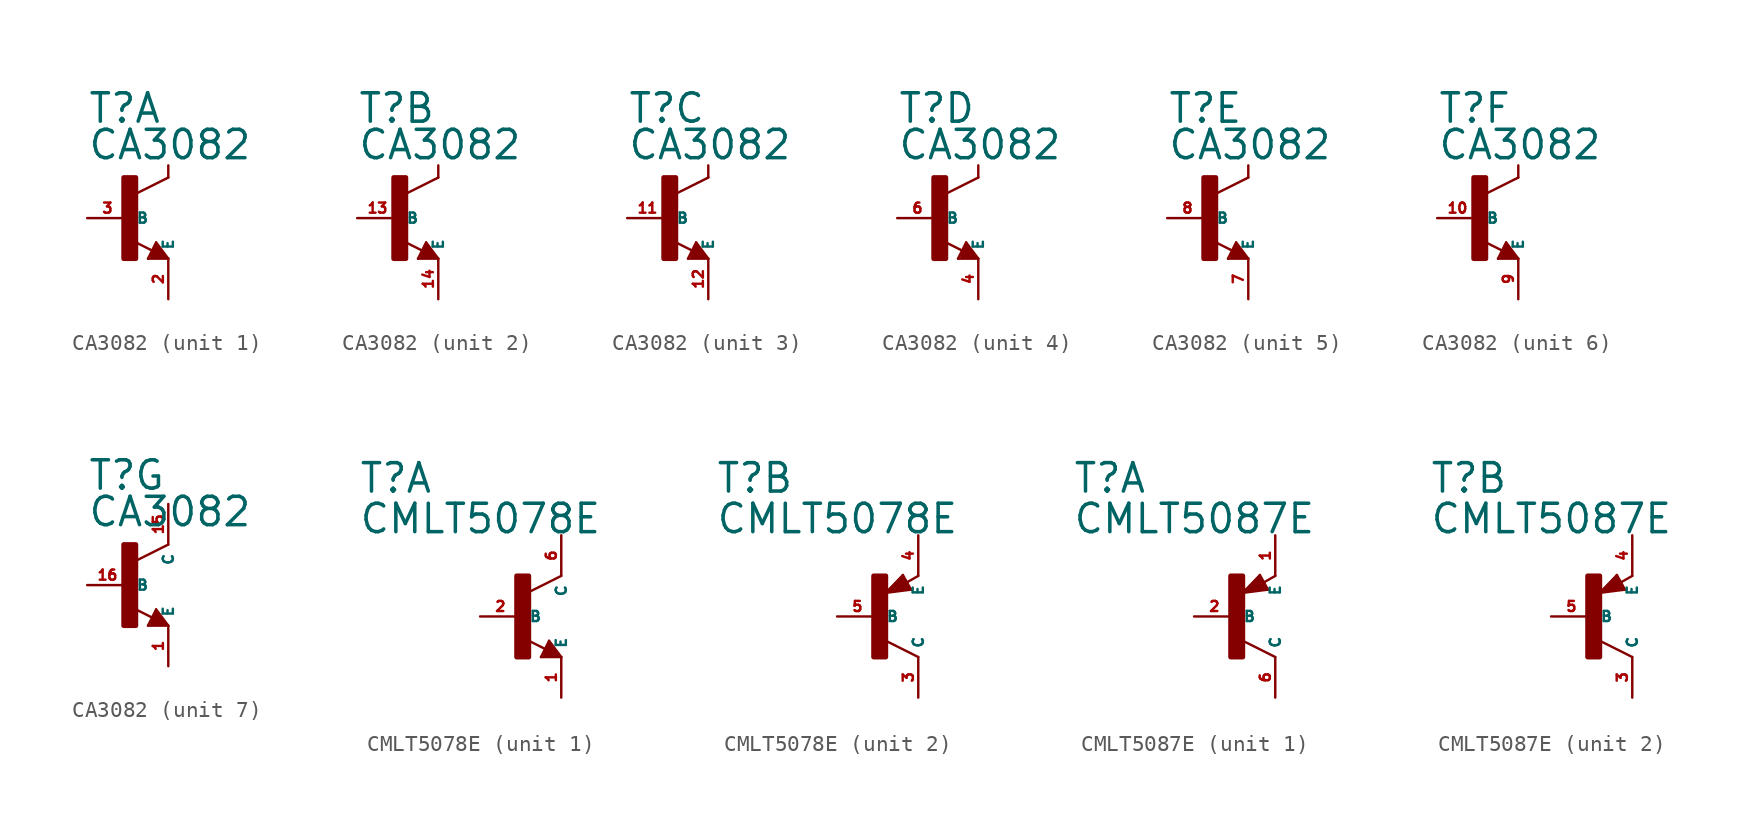
<source format=kicad_sym>
(kicad_symbol_lib
  (version 20220914)
  (generator Eagle2Kicad)
  (symbol "CA3082"
    (property "Reference" "T"
      (at -2.54 5.842 0)
      (effects (font (size 1.778 1.778) (thickness 0.22)) (justify left bottom)))
    (property "Value" "CA3082"
      (at -2.54 3.556 0)
      (effects (font (size 1.778 1.778) (thickness 0.22)) (justify left bottom)))
    (symbol "CA3082_1_0"
      (polyline (pts (xy 2.54 2.54) (xy 0.508 1.524)) (stroke (width 0.152) (type default)) (fill (type none)))
      (polyline (pts (xy 1.54 -2.04) (xy 0.308 -1.424)) (stroke (width 0.152) (type default)) (fill (type none)))
      (polyline (pts (xy 2.54 2.54) (xy 2.54 3.302)) (stroke (width 0.152) (type default)) (fill (type none)))
      (polyline (pts (xy 1.778 -1.524) (xy 2.54 -2.54)) (stroke (width 0.152) (type default)) (fill (type none)))
      (polyline (pts (xy 2.54 -2.54) (xy 1.27 -2.54)) (stroke (width 0.152) (type default)) (fill (type none)))
      (polyline (pts (xy 1.27 -2.54) (xy 1.778 -1.524)) (stroke (width 0.152) (type default)) (fill (type none)))
      (polyline (pts (xy 1.524 -2.413) (xy 2.286 -2.413)) (stroke (width 0.254) (type default)) (fill (type none)))
      (polyline (pts (xy 2.286 -2.413) (xy 1.778 -1.778)) (stroke (width 0.254) (type default)) (fill (type none)))
      (polyline (pts (xy 1.778 -1.778) (xy 1.524 -2.286)) (stroke (width 0.254) (type default)) (fill (type none)))
      (polyline (pts (xy 1.524 -2.286) (xy 1.905 -2.286)) (stroke (width 0.254) (type default)) (fill (type none)))
      (polyline (pts (xy 1.905 -2.286) (xy 1.778 -2.032)) (stroke (width 0.254) (type default)) (fill (type none)))
      (rectangle (start -0.254 -2.54) (end 0.508 2.54) (stroke (width 0.3) (type default)) (fill (type outline)))
      (pin passive line (at -2.54 0 0) (length 2.54) (name "B" (effects (font (size 0.635 0.635) (thickness 0.08)) (justify left bottom))) (number "3" (effects (font (size 0.635 0.635) (thickness 0.08)) (justify left bottom))))
      (pin passive line (at 2.54 -5.08 90) (length 2.54) (name "E" (effects (font (size 0.635 0.635) (thickness 0.08)) (justify left bottom))) (number "2" (effects (font (size 0.635 0.635) (thickness 0.08)) (justify left bottom)))))
    (symbol "CA3082_2_0"
      (polyline (pts (xy 2.54 2.54) (xy 0.508 1.524)) (stroke (width 0.152) (type default)) (fill (type none)))
      (polyline (pts (xy 1.54 -2.04) (xy 0.308 -1.424)) (stroke (width 0.152) (type default)) (fill (type none)))
      (polyline (pts (xy 2.54 2.54) (xy 2.54 3.302)) (stroke (width 0.152) (type default)) (fill (type none)))
      (polyline (pts (xy 1.778 -1.524) (xy 2.54 -2.54)) (stroke (width 0.152) (type default)) (fill (type none)))
      (polyline (pts (xy 2.54 -2.54) (xy 1.27 -2.54)) (stroke (width 0.152) (type default)) (fill (type none)))
      (polyline (pts (xy 1.27 -2.54) (xy 1.778 -1.524)) (stroke (width 0.152) (type default)) (fill (type none)))
      (polyline (pts (xy 1.524 -2.413) (xy 2.286 -2.413)) (stroke (width 0.254) (type default)) (fill (type none)))
      (polyline (pts (xy 2.286 -2.413) (xy 1.778 -1.778)) (stroke (width 0.254) (type default)) (fill (type none)))
      (polyline (pts (xy 1.778 -1.778) (xy 1.524 -2.286)) (stroke (width 0.254) (type default)) (fill (type none)))
      (polyline (pts (xy 1.524 -2.286) (xy 1.905 -2.286)) (stroke (width 0.254) (type default)) (fill (type none)))
      (polyline (pts (xy 1.905 -2.286) (xy 1.778 -2.032)) (stroke (width 0.254) (type default)) (fill (type none)))
      (rectangle (start -0.254 -2.54) (end 0.508 2.54) (stroke (width 0.3) (type default)) (fill (type outline)))
      (pin passive line (at -2.54 0 0) (length 2.54) (name "B" (effects (font (size 0.635 0.635) (thickness 0.08)) (justify left bottom))) (number "13" (effects (font (size 0.635 0.635) (thickness 0.08)) (justify left bottom))))
      (pin passive line (at 2.54 -5.08 90) (length 2.54) (name "E" (effects (font (size 0.635 0.635) (thickness 0.08)) (justify left bottom))) (number "14" (effects (font (size 0.635 0.635) (thickness 0.08)) (justify left bottom)))))
    (symbol "CA3082_3_0"
      (polyline (pts (xy 2.54 2.54) (xy 0.508 1.524)) (stroke (width 0.152) (type default)) (fill (type none)))
      (polyline (pts (xy 1.54 -2.04) (xy 0.308 -1.424)) (stroke (width 0.152) (type default)) (fill (type none)))
      (polyline (pts (xy 2.54 2.54) (xy 2.54 3.302)) (stroke (width 0.152) (type default)) (fill (type none)))
      (polyline (pts (xy 1.778 -1.524) (xy 2.54 -2.54)) (stroke (width 0.152) (type default)) (fill (type none)))
      (polyline (pts (xy 2.54 -2.54) (xy 1.27 -2.54)) (stroke (width 0.152) (type default)) (fill (type none)))
      (polyline (pts (xy 1.27 -2.54) (xy 1.778 -1.524)) (stroke (width 0.152) (type default)) (fill (type none)))
      (polyline (pts (xy 1.524 -2.413) (xy 2.286 -2.413)) (stroke (width 0.254) (type default)) (fill (type none)))
      (polyline (pts (xy 2.286 -2.413) (xy 1.778 -1.778)) (stroke (width 0.254) (type default)) (fill (type none)))
      (polyline (pts (xy 1.778 -1.778) (xy 1.524 -2.286)) (stroke (width 0.254) (type default)) (fill (type none)))
      (polyline (pts (xy 1.524 -2.286) (xy 1.905 -2.286)) (stroke (width 0.254) (type default)) (fill (type none)))
      (polyline (pts (xy 1.905 -2.286) (xy 1.778 -2.032)) (stroke (width 0.254) (type default)) (fill (type none)))
      (rectangle (start -0.254 -2.54) (end 0.508 2.54) (stroke (width 0.3) (type default)) (fill (type outline)))
      (pin passive line (at -2.54 0 0) (length 2.54) (name "B" (effects (font (size 0.635 0.635) (thickness 0.08)) (justify left bottom))) (number "11" (effects (font (size 0.635 0.635) (thickness 0.08)) (justify left bottom))))
      (pin passive line (at 2.54 -5.08 90) (length 2.54) (name "E" (effects (font (size 0.635 0.635) (thickness 0.08)) (justify left bottom))) (number "12" (effects (font (size 0.635 0.635) (thickness 0.08)) (justify left bottom)))))
    (symbol "CA3082_4_0"
      (polyline (pts (xy 2.54 2.54) (xy 0.508 1.524)) (stroke (width 0.152) (type default)) (fill (type none)))
      (polyline (pts (xy 1.54 -2.04) (xy 0.308 -1.424)) (stroke (width 0.152) (type default)) (fill (type none)))
      (polyline (pts (xy 2.54 2.54) (xy 2.54 3.302)) (stroke (width 0.152) (type default)) (fill (type none)))
      (polyline (pts (xy 1.778 -1.524) (xy 2.54 -2.54)) (stroke (width 0.152) (type default)) (fill (type none)))
      (polyline (pts (xy 2.54 -2.54) (xy 1.27 -2.54)) (stroke (width 0.152) (type default)) (fill (type none)))
      (polyline (pts (xy 1.27 -2.54) (xy 1.778 -1.524)) (stroke (width 0.152) (type default)) (fill (type none)))
      (polyline (pts (xy 1.524 -2.413) (xy 2.286 -2.413)) (stroke (width 0.254) (type default)) (fill (type none)))
      (polyline (pts (xy 2.286 -2.413) (xy 1.778 -1.778)) (stroke (width 0.254) (type default)) (fill (type none)))
      (polyline (pts (xy 1.778 -1.778) (xy 1.524 -2.286)) (stroke (width 0.254) (type default)) (fill (type none)))
      (polyline (pts (xy 1.524 -2.286) (xy 1.905 -2.286)) (stroke (width 0.254) (type default)) (fill (type none)))
      (polyline (pts (xy 1.905 -2.286) (xy 1.778 -2.032)) (stroke (width 0.254) (type default)) (fill (type none)))
      (rectangle (start -0.254 -2.54) (end 0.508 2.54) (stroke (width 0.3) (type default)) (fill (type outline)))
      (pin passive line (at -2.54 0 0) (length 2.54) (name "B" (effects (font (size 0.635 0.635) (thickness 0.08)) (justify left bottom))) (number "6" (effects (font (size 0.635 0.635) (thickness 0.08)) (justify left bottom))))
      (pin passive line (at 2.54 -5.08 90) (length 2.54) (name "E" (effects (font (size 0.635 0.635) (thickness 0.08)) (justify left bottom))) (number "4" (effects (font (size 0.635 0.635) (thickness 0.08)) (justify left bottom)))))
    (symbol "CA3082_5_0"
      (polyline (pts (xy 2.54 2.54) (xy 0.508 1.524)) (stroke (width 0.152) (type default)) (fill (type none)))
      (polyline (pts (xy 1.54 -2.04) (xy 0.308 -1.424)) (stroke (width 0.152) (type default)) (fill (type none)))
      (polyline (pts (xy 2.54 2.54) (xy 2.54 3.302)) (stroke (width 0.152) (type default)) (fill (type none)))
      (polyline (pts (xy 1.778 -1.524) (xy 2.54 -2.54)) (stroke (width 0.152) (type default)) (fill (type none)))
      (polyline (pts (xy 2.54 -2.54) (xy 1.27 -2.54)) (stroke (width 0.152) (type default)) (fill (type none)))
      (polyline (pts (xy 1.27 -2.54) (xy 1.778 -1.524)) (stroke (width 0.152) (type default)) (fill (type none)))
      (polyline (pts (xy 1.524 -2.413) (xy 2.286 -2.413)) (stroke (width 0.254) (type default)) (fill (type none)))
      (polyline (pts (xy 2.286 -2.413) (xy 1.778 -1.778)) (stroke (width 0.254) (type default)) (fill (type none)))
      (polyline (pts (xy 1.778 -1.778) (xy 1.524 -2.286)) (stroke (width 0.254) (type default)) (fill (type none)))
      (polyline (pts (xy 1.524 -2.286) (xy 1.905 -2.286)) (stroke (width 0.254) (type default)) (fill (type none)))
      (polyline (pts (xy 1.905 -2.286) (xy 1.778 -2.032)) (stroke (width 0.254) (type default)) (fill (type none)))
      (rectangle (start -0.254 -2.54) (end 0.508 2.54) (stroke (width 0.3) (type default)) (fill (type outline)))
      (pin passive line (at -2.54 0 0) (length 2.54) (name "B" (effects (font (size 0.635 0.635) (thickness 0.08)) (justify left bottom))) (number "8" (effects (font (size 0.635 0.635) (thickness 0.08)) (justify left bottom))))
      (pin passive line (at 2.54 -5.08 90) (length 2.54) (name "E" (effects (font (size 0.635 0.635) (thickness 0.08)) (justify left bottom))) (number "7" (effects (font (size 0.635 0.635) (thickness 0.08)) (justify left bottom)))))
    (symbol "CA3082_6_0"
      (polyline (pts (xy 2.54 2.54) (xy 0.508 1.524)) (stroke (width 0.152) (type default)) (fill (type none)))
      (polyline (pts (xy 1.54 -2.04) (xy 0.308 -1.424)) (stroke (width 0.152) (type default)) (fill (type none)))
      (polyline (pts (xy 2.54 2.54) (xy 2.54 3.302)) (stroke (width 0.152) (type default)) (fill (type none)))
      (polyline (pts (xy 1.778 -1.524) (xy 2.54 -2.54)) (stroke (width 0.152) (type default)) (fill (type none)))
      (polyline (pts (xy 2.54 -2.54) (xy 1.27 -2.54)) (stroke (width 0.152) (type default)) (fill (type none)))
      (polyline (pts (xy 1.27 -2.54) (xy 1.778 -1.524)) (stroke (width 0.152) (type default)) (fill (type none)))
      (polyline (pts (xy 1.524 -2.413) (xy 2.286 -2.413)) (stroke (width 0.254) (type default)) (fill (type none)))
      (polyline (pts (xy 2.286 -2.413) (xy 1.778 -1.778)) (stroke (width 0.254) (type default)) (fill (type none)))
      (polyline (pts (xy 1.778 -1.778) (xy 1.524 -2.286)) (stroke (width 0.254) (type default)) (fill (type none)))
      (polyline (pts (xy 1.524 -2.286) (xy 1.905 -2.286)) (stroke (width 0.254) (type default)) (fill (type none)))
      (polyline (pts (xy 1.905 -2.286) (xy 1.778 -2.032)) (stroke (width 0.254) (type default)) (fill (type none)))
      (rectangle (start -0.254 -2.54) (end 0.508 2.54) (stroke (width 0.3) (type default)) (fill (type outline)))
      (pin passive line (at -2.54 0 0) (length 2.54) (name "B" (effects (font (size 0.635 0.635) (thickness 0.08)) (justify left bottom))) (number "10" (effects (font (size 0.635 0.635) (thickness 0.08)) (justify left bottom))))
      (pin passive line (at 2.54 -5.08 90) (length 2.54) (name "E" (effects (font (size 0.635 0.635) (thickness 0.08)) (justify left bottom))) (number "9" (effects (font (size 0.635 0.635) (thickness 0.08)) (justify left bottom)))))
    (symbol "CA3082_7_0"
      (polyline (pts (xy 2.54 2.54) (xy 0.508 1.524)) (stroke (width 0.152) (type default)) (fill (type none)))
      (polyline (pts (xy 1.54 -2.04) (xy 0.308 -1.424)) (stroke (width 0.152) (type default)) (fill (type none)))
      (polyline (pts (xy 1.778 -1.524) (xy 2.54 -2.54)) (stroke (width 0.152) (type default)) (fill (type none)))
      (polyline (pts (xy 2.54 -2.54) (xy 1.27 -2.54)) (stroke (width 0.152) (type default)) (fill (type none)))
      (polyline (pts (xy 1.27 -2.54) (xy 1.778 -1.524)) (stroke (width 0.152) (type default)) (fill (type none)))
      (polyline (pts (xy 1.524 -2.413) (xy 2.286 -2.413)) (stroke (width 0.254) (type default)) (fill (type none)))
      (polyline (pts (xy 2.286 -2.413) (xy 1.778 -1.778)) (stroke (width 0.254) (type default)) (fill (type none)))
      (polyline (pts (xy 1.778 -1.778) (xy 1.524 -2.286)) (stroke (width 0.254) (type default)) (fill (type none)))
      (polyline (pts (xy 1.524 -2.286) (xy 1.905 -2.286)) (stroke (width 0.254) (type default)) (fill (type none)))
      (polyline (pts (xy 1.905 -2.286) (xy 1.778 -2.032)) (stroke (width 0.254) (type default)) (fill (type none)))
      (rectangle (start -0.254 -2.54) (end 0.508 2.54) (stroke (width 0.3) (type default)) (fill (type outline)))
      (pin passive line (at -2.54 0 0) (length 2.54) (name "B" (effects (font (size 0.635 0.635) (thickness 0.08)) (justify left bottom))) (number "16" (effects (font (size 0.635 0.635) (thickness 0.08)) (justify left bottom))))
      (pin passive line (at 2.54 -5.08 90) (length 2.54) (name "E" (effects (font (size 0.635 0.635) (thickness 0.08)) (justify left bottom))) (number "1" (effects (font (size 0.635 0.635) (thickness 0.08)) (justify left bottom))))
      (pin passive line (at 2.54 5.08 270) (length 2.54) (name "C" (effects (font (size 0.635 0.635) (thickness 0.08)) (justify left bottom))) (number "15" (effects (font (size 0.635 0.635) (thickness 0.08)) (justify left bottom))))))
  (symbol "CMLT5078E"
    (property "Reference" "T"
      (at -10.16 7.62 0)
      (effects (font (size 1.778 1.778) (thickness 0.22)) (justify left bottom)))
    (property "Value" "CMLT5078E"
      (at -10.16 5.08 0)
      (effects (font (size 1.778 1.778) (thickness 0.22)) (justify left bottom)))
    (symbol "CMLT5078E_1_0"
      (polyline (pts (xy 2.54 2.54) (xy 0.508 1.524)) (stroke (width 0.152) (type default)) (fill (type none)))
      (polyline (pts (xy 1.778 -1.524) (xy 2.54 -2.54)) (stroke (width 0.152) (type default)) (fill (type none)))
      (polyline (pts (xy 2.54 -2.54) (xy 1.27 -2.54)) (stroke (width 0.152) (type default)) (fill (type none)))
      (polyline (pts (xy 1.27 -2.54) (xy 1.778 -1.524)) (stroke (width 0.152) (type default)) (fill (type none)))
      (polyline (pts (xy 1.54 -2.04) (xy 0.308 -1.424)) (stroke (width 0.152) (type default)) (fill (type none)))
      (polyline (pts (xy 1.524 -2.413) (xy 2.286 -2.413)) (stroke (width 0.254) (type default)) (fill (type none)))
      (polyline (pts (xy 2.286 -2.413) (xy 1.778 -1.778)) (stroke (width 0.254) (type default)) (fill (type none)))
      (polyline (pts (xy 1.778 -1.778) (xy 1.524 -2.286)) (stroke (width 0.254) (type default)) (fill (type none)))
      (polyline (pts (xy 1.524 -2.286) (xy 1.905 -2.286)) (stroke (width 0.254) (type default)) (fill (type none)))
      (polyline (pts (xy 1.905 -2.286) (xy 1.778 -2.032)) (stroke (width 0.254) (type default)) (fill (type none)))
      (rectangle (start -0.254 -2.54) (end 0.508 2.54) (stroke (width 0.3) (type default)) (fill (type outline)))
      (pin passive line (at -2.54 0 0) (length 2.54) (name "B" (effects (font (size 0.635 0.635) (thickness 0.08)) (justify left bottom))) (number "2" (effects (font (size 0.635 0.635) (thickness 0.08)) (justify left bottom))))
      (pin passive line (at 2.54 -5.08 90) (length 2.54) (name "E" (effects (font (size 0.635 0.635) (thickness 0.08)) (justify left bottom))) (number "1" (effects (font (size 0.635 0.635) (thickness 0.08)) (justify left bottom))))
      (pin passive line (at 2.54 5.08 270) (length 2.54) (name "C" (effects (font (size 0.635 0.635) (thickness 0.08)) (justify left bottom))) (number "6" (effects (font (size 0.635 0.635) (thickness 0.08)) (justify left bottom)))))
    (symbol "CMLT5078E_2_0"
      (polyline (pts (xy 2.086 1.678) (xy 1.578 2.594)) (stroke (width 0.152) (type default)) (fill (type none)))
      (polyline (pts (xy 1.578 2.594) (xy 0.516 1.478)) (stroke (width 0.152) (type default)) (fill (type none)))
      (polyline (pts (xy 0.516 1.478) (xy 2.086 1.678)) (stroke (width 0.152) (type default)) (fill (type none)))
      (polyline (pts (xy 2.54 2.54) (xy 1.808 2.124)) (stroke (width 0.152) (type default)) (fill (type none)))
      (polyline (pts (xy 2.54 -2.54) (xy 0.508 -1.524)) (stroke (width 0.152) (type default)) (fill (type none)))
      (polyline (pts (xy 1.905 1.778) (xy 1.524 2.413)) (stroke (width 0.254) (type default)) (fill (type none)))
      (polyline (pts (xy 1.524 2.413) (xy 0.762 1.651)) (stroke (width 0.254) (type default)) (fill (type none)))
      (polyline (pts (xy 0.762 1.651) (xy 1.778 1.778)) (stroke (width 0.254) (type default)) (fill (type none)))
      (polyline (pts (xy 1.778 1.778) (xy 1.524 2.159)) (stroke (width 0.254) (type default)) (fill (type none)))
      (polyline (pts (xy 1.524 2.159) (xy 1.143 1.905)) (stroke (width 0.254) (type default)) (fill (type none)))
      (polyline (pts (xy 1.143 1.905) (xy 1.524 1.905)) (stroke (width 0.254) (type default)) (fill (type none)))
      (rectangle (start -0.254 -2.54) (end 0.508 2.54) (stroke (width 0.3) (type default)) (fill (type outline)))
      (pin passive line (at -2.54 0 0) (length 2.54) (name "B" (effects (font (size 0.635 0.635) (thickness 0.08)) (justify left bottom))) (number "5" (effects (font (size 0.635 0.635) (thickness 0.08)) (justify left bottom))))
      (pin passive line (at 2.54 5.08 270) (length 2.54) (name "E" (effects (font (size 0.635 0.635) (thickness 0.08)) (justify left bottom))) (number "4" (effects (font (size 0.635 0.635) (thickness 0.08)) (justify left bottom))))
      (pin passive line (at 2.54 -5.08 90) (length 2.54) (name "C" (effects (font (size 0.635 0.635) (thickness 0.08)) (justify left bottom))) (number "3" (effects (font (size 0.635 0.635) (thickness 0.08)) (justify left bottom))))))
  (symbol "CMLT5087E"
    (property "Reference" "T"
      (at -10.16 7.62 0)
      (effects (font (size 1.778 1.778) (thickness 0.22)) (justify left bottom)))
    (property "Value" "CMLT5087E"
      (at -10.16 5.08 0)
      (effects (font (size 1.778 1.778) (thickness 0.22)) (justify left bottom)))
    (symbol "CMLT5087E_1_0"
      (polyline (pts (xy 2.086 1.678) (xy 1.578 2.594)) (stroke (width 0.152) (type default)) (fill (type none)))
      (polyline (pts (xy 1.578 2.594) (xy 0.516 1.478)) (stroke (width 0.152) (type default)) (fill (type none)))
      (polyline (pts (xy 0.516 1.478) (xy 2.086 1.678)) (stroke (width 0.152) (type default)) (fill (type none)))
      (polyline (pts (xy 2.54 2.54) (xy 1.808 2.124)) (stroke (width 0.152) (type default)) (fill (type none)))
      (polyline (pts (xy 2.54 -2.54) (xy 0.508 -1.524)) (stroke (width 0.152) (type default)) (fill (type none)))
      (polyline (pts (xy 1.905 1.778) (xy 1.524 2.413)) (stroke (width 0.254) (type default)) (fill (type none)))
      (polyline (pts (xy 1.524 2.413) (xy 0.762 1.651)) (stroke (width 0.254) (type default)) (fill (type none)))
      (polyline (pts (xy 0.762 1.651) (xy 1.778 1.778)) (stroke (width 0.254) (type default)) (fill (type none)))
      (polyline (pts (xy 1.778 1.778) (xy 1.524 2.159)) (stroke (width 0.254) (type default)) (fill (type none)))
      (polyline (pts (xy 1.524 2.159) (xy 1.143 1.905)) (stroke (width 0.254) (type default)) (fill (type none)))
      (polyline (pts (xy 1.143 1.905) (xy 1.524 1.905)) (stroke (width 0.254) (type default)) (fill (type none)))
      (rectangle (start -0.254 -2.54) (end 0.508 2.54) (stroke (width 0.3) (type default)) (fill (type outline)))
      (pin passive line (at -2.54 0 0) (length 2.54) (name "B" (effects (font (size 0.635 0.635) (thickness 0.08)) (justify left bottom))) (number "2" (effects (font (size 0.635 0.635) (thickness 0.08)) (justify left bottom))))
      (pin passive line (at 2.54 5.08 270) (length 2.54) (name "E" (effects (font (size 0.635 0.635) (thickness 0.08)) (justify left bottom))) (number "1" (effects (font (size 0.635 0.635) (thickness 0.08)) (justify left bottom))))
      (pin passive line (at 2.54 -5.08 90) (length 2.54) (name "C" (effects (font (size 0.635 0.635) (thickness 0.08)) (justify left bottom))) (number "6" (effects (font (size 0.635 0.635) (thickness 0.08)) (justify left bottom)))))
    (symbol "CMLT5087E_2_0"
      (polyline (pts (xy 2.086 1.678) (xy 1.578 2.594)) (stroke (width 0.152) (type default)) (fill (type none)))
      (polyline (pts (xy 1.578 2.594) (xy 0.516 1.478)) (stroke (width 0.152) (type default)) (fill (type none)))
      (polyline (pts (xy 0.516 1.478) (xy 2.086 1.678)) (stroke (width 0.152) (type default)) (fill (type none)))
      (polyline (pts (xy 2.54 2.54) (xy 1.808 2.124)) (stroke (width 0.152) (type default)) (fill (type none)))
      (polyline (pts (xy 2.54 -2.54) (xy 0.508 -1.524)) (stroke (width 0.152) (type default)) (fill (type none)))
      (polyline (pts (xy 1.905 1.778) (xy 1.524 2.413)) (stroke (width 0.254) (type default)) (fill (type none)))
      (polyline (pts (xy 1.524 2.413) (xy 0.762 1.651)) (stroke (width 0.254) (type default)) (fill (type none)))
      (polyline (pts (xy 0.762 1.651) (xy 1.778 1.778)) (stroke (width 0.254) (type default)) (fill (type none)))
      (polyline (pts (xy 1.778 1.778) (xy 1.524 2.159)) (stroke (width 0.254) (type default)) (fill (type none)))
      (polyline (pts (xy 1.524 2.159) (xy 1.143 1.905)) (stroke (width 0.254) (type default)) (fill (type none)))
      (polyline (pts (xy 1.143 1.905) (xy 1.524 1.905)) (stroke (width 0.254) (type default)) (fill (type none)))
      (rectangle (start -0.254 -2.54) (end 0.508 2.54) (stroke (width 0.3) (type default)) (fill (type outline)))
      (pin passive line (at -2.54 0 0) (length 2.54) (name "B" (effects (font (size 0.635 0.635) (thickness 0.08)) (justify left bottom))) (number "5" (effects (font (size 0.635 0.635) (thickness 0.08)) (justify left bottom))))
      (pin passive line (at 2.54 5.08 270) (length 2.54) (name "E" (effects (font (size 0.635 0.635) (thickness 0.08)) (justify left bottom))) (number "4" (effects (font (size 0.635 0.635) (thickness 0.08)) (justify left bottom))))
      (pin passive line (at 2.54 -5.08 90) (length 2.54) (name "C" (effects (font (size 0.635 0.635) (thickness 0.08)) (justify left bottom))) (number "3" (effects (font (size 0.635 0.635) (thickness 0.08)) (justify left bottom)))))))
</source>
